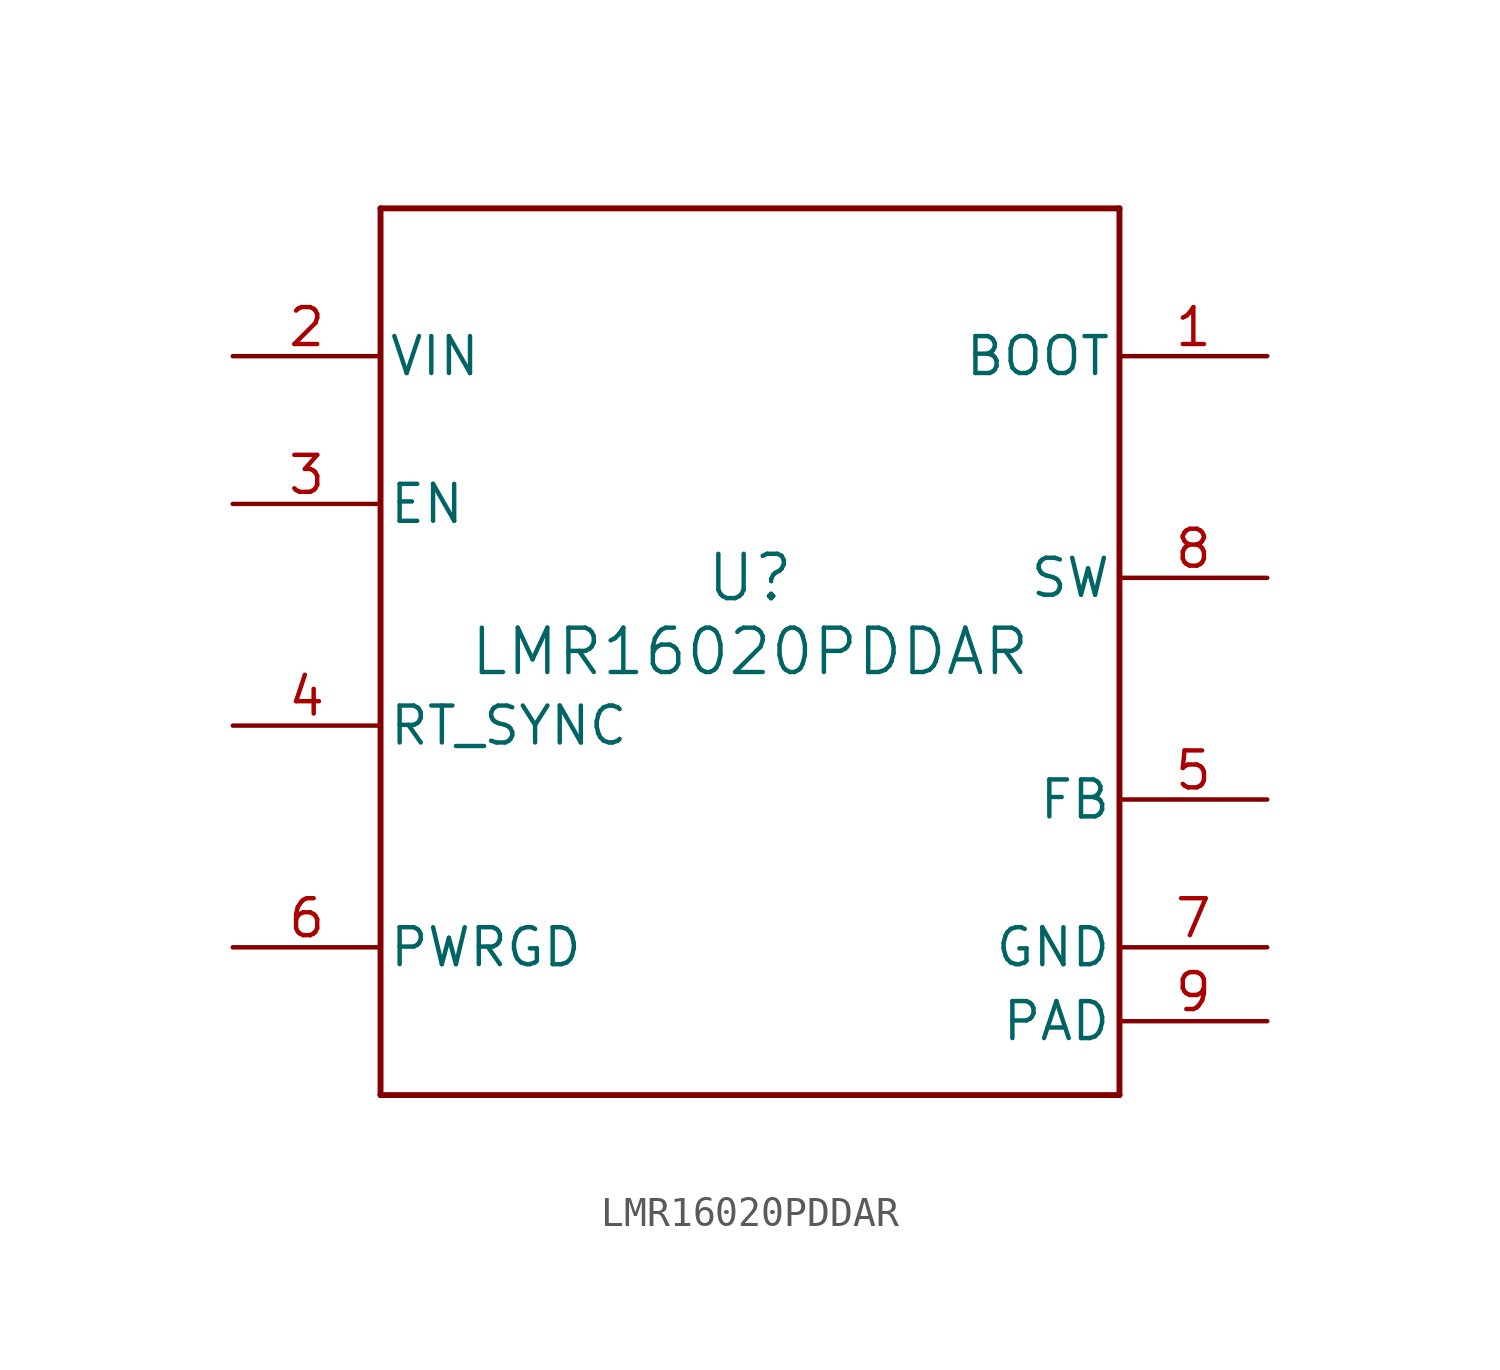
<source format=kicad_sym>
(kicad_symbol_lib
  (version 20211014)
  (generator kicad_symbol_editor)
  (symbol "LMR16020PDDAR"
    (pin_names
      (offset 0.254))
    (property "Reference" "U"
      (at 0 2.54 0)
      (effects (font (size 1.524 1.524))))
    (property "Value" "LMR16020PDDAR"
      (at 0 0 0)
      (effects (font (size 1.524 1.524))))
    (symbol "LMR16020PDDAR_0_1"
      (polyline (pts (xy -12.7 -15.24) (xy 12.7 -15.24)) (stroke (width 0.203) (type default) (color 0 0 0 0)) (fill (type none)))
      (polyline (pts (xy 12.7 -15.24) (xy 12.7 15.24)) (stroke (width 0.203) (type default) (color 0 0 0 0)) (fill (type none)))
      (polyline (pts (xy 12.7 15.24) (xy -12.7 15.24)) (stroke (width 0.203) (type default) (color 0 0 0 0)) (fill (type none)))
      (polyline (pts (xy -12.7 15.24) (xy -12.7 -15.24)) (stroke (width 0.203) (type default) (color 0 0 0 0)) (fill (type none)))
      (pin unspecified line (at 17.78 10.16 180) (length 5.08) (name "BOOT" (effects (font (size 1.27 1.27)))) (number "1" (effects (font (size 1.27 1.27)))))
      (pin power_in line (at -17.78 10.16 0) (length 5.08) (name "VIN" (effects (font (size 1.27 1.27)))) (number "2" (effects (font (size 1.27 1.27)))))
      (pin input line (at -17.78 5.08 0) (length 5.08) (name "EN" (effects (font (size 1.27 1.27)))) (number "3" (effects (font (size 1.27 1.27)))))
      (pin unspecified line (at -17.78 -2.54 0) (length 5.08) (name "RT_SYNC" (effects (font (size 1.27 1.27)))) (number "4" (effects (font (size 1.27 1.27)))))
      (pin input line (at 17.78 -5.08 180) (length 5.08) (name "FB" (effects (font (size 1.27 1.27)))) (number "5" (effects (font (size 1.27 1.27)))))
      (pin output line (at -17.78 -10.16 0) (length 5.08) (name "PWRGD" (effects (font (size 1.27 1.27)))) (number "6" (effects (font (size 1.27 1.27)))))
      (pin power_in line (at 17.78 -10.16 180) (length 5.08) (name "GND" (effects (font (size 1.27 1.27)))) (number "7" (effects (font (size 1.27 1.27)))))
      (pin power_in line (at 17.78 2.54 180) (length 5.08) (name "SW" (effects (font (size 1.27 1.27)))) (number "8" (effects (font (size 1.27 1.27)))))
      (pin power_in line (at 17.78 -12.7 180) (length 5.08) (name "PAD" (effects (font (size 1.27 1.27)))) (number "9" (effects (font (size 1.27 1.27))))))))
</source>
